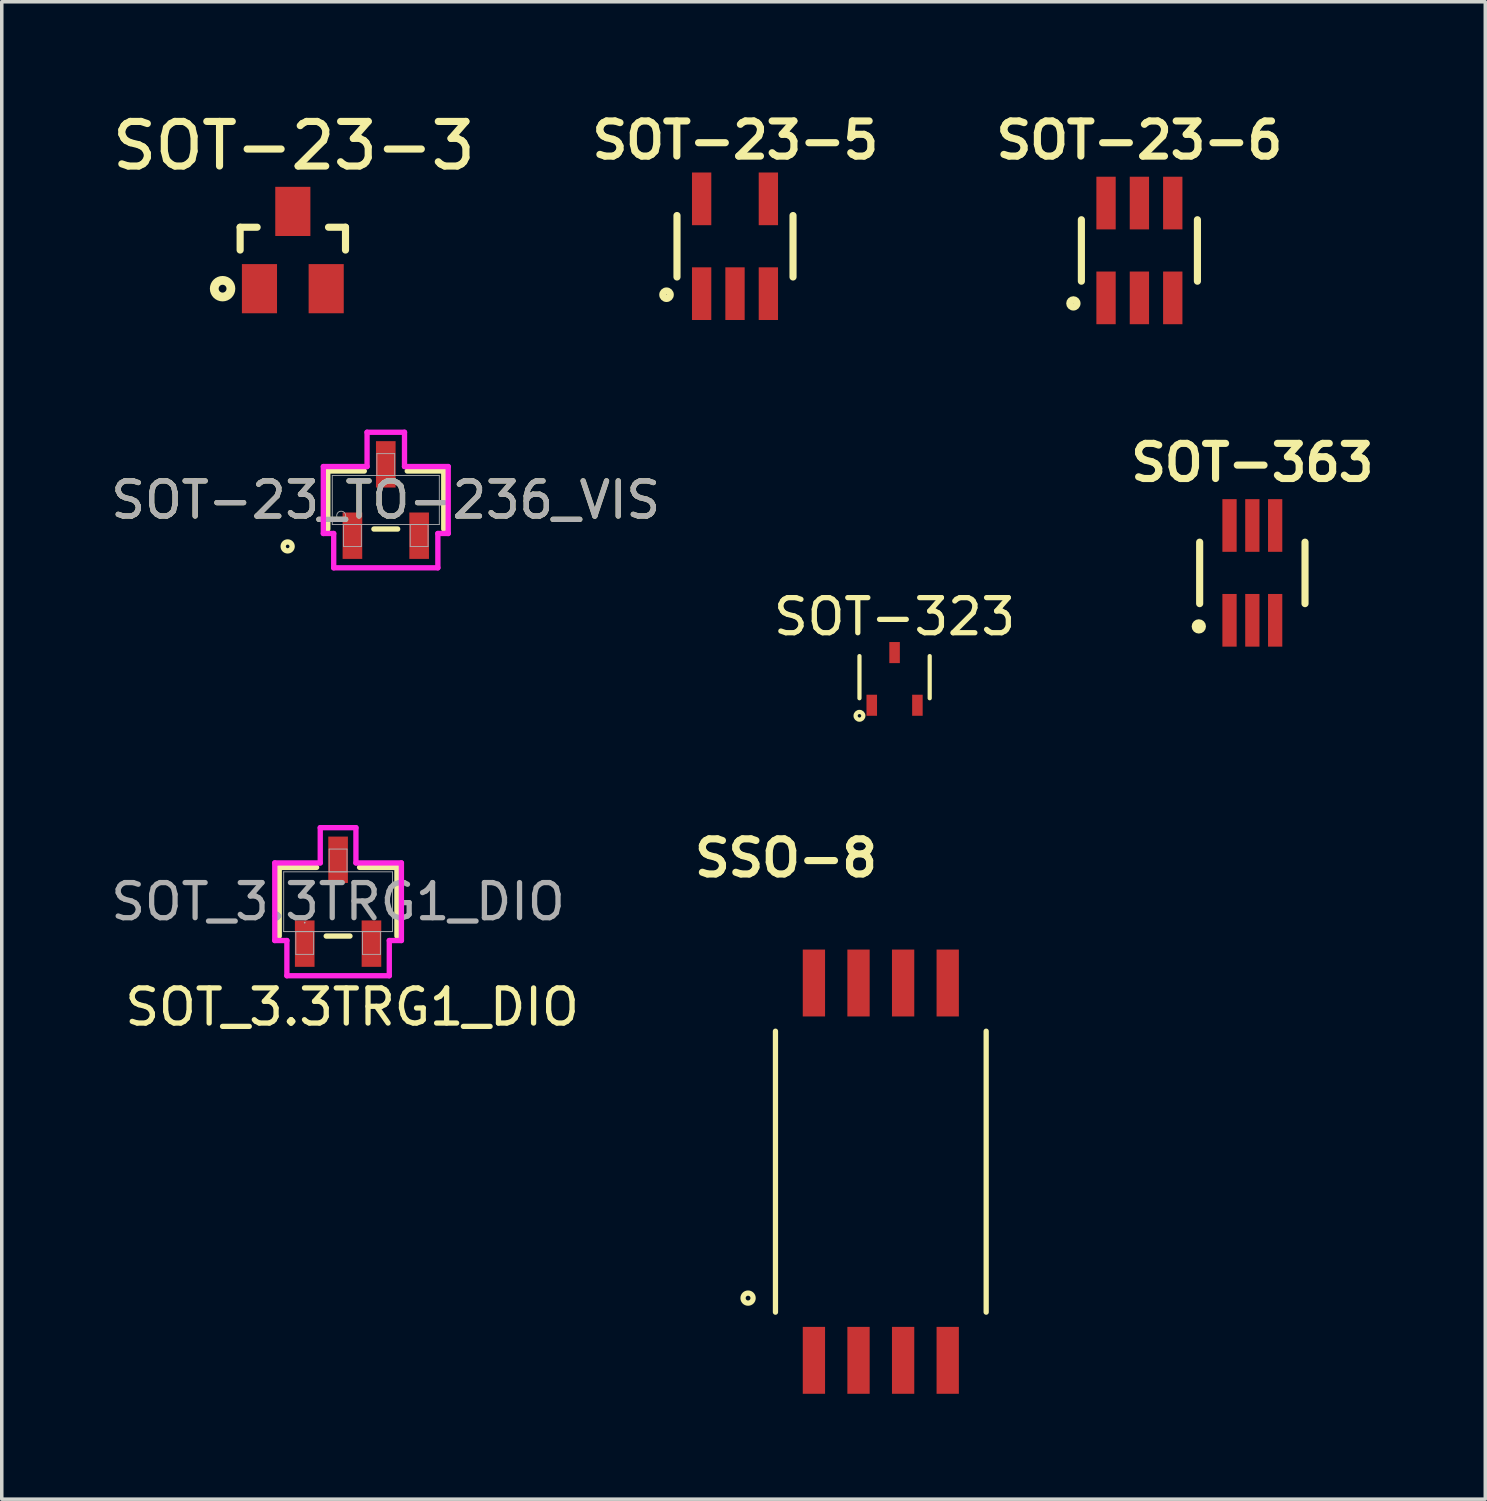
<source format=kicad_pcb>
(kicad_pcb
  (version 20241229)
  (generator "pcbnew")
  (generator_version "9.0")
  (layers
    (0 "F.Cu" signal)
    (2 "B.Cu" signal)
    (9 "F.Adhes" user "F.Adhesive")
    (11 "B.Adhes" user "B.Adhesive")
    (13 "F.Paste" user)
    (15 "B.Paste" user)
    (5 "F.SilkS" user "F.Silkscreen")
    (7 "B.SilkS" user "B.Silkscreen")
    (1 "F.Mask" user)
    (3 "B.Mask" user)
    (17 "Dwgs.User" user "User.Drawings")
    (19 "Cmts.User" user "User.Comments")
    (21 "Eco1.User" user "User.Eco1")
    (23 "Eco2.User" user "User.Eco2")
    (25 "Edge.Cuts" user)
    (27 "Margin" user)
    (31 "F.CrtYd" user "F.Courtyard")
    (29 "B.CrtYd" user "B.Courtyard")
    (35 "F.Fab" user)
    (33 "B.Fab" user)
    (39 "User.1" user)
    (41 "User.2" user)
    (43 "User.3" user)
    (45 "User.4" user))
  (footprint "SOT-23-3"
    (layer "F.Cu")
    (at 5.288 4.07)
    (property "Reference" "SOT-23-3" (at 0.03 -2.97 0) (layer "F.SilkS") (effects (font (size 1.27 1.27) (thickness 0.203))))
    (attr smd)
    (fp_line (start -1.5 -0.65) (end -1.5 0) (stroke (width 0.203) (type solid)) (layer "F.SilkS"))
    (fp_line (start -1.016 -0.65) (end -1.5 -0.65) (stroke (width 0.203) (type solid)) (layer "F.SilkS"))
    (fp_line (start 1.016 -0.65) (end 1.5 -0.65) (stroke (width 0.203) (type solid)) (layer "F.SilkS"))
    (fp_line (start 1.5 -0.65) (end 1.5 0) (stroke (width 0.203) (type solid)) (layer "F.SilkS"))
    (fp_circle (center -2 1.1) (end -1.9 1.15) (stroke (width 0.25) (type solid)) (fill no) (layer "F.SilkS"))
    (pad "1" smd rect (at -0.95 1.1) (size 1 1.4) (layers "F.Cu" "F.Mask" "F.Paste"))
    (pad "2" smd rect (at 0.95 1.1) (size 1 1.4) (layers "F.Cu" "F.Mask" "F.Paste"))
    (pad "3" smd rect (at 0 -1.1) (size 1 1.4) (layers "F.Cu" "F.Mask" "F.Paste")))
  (footprint "SSO-8"
    (layer "F.Cu")
    (at 22.031 30.313)
    (property "Reference" "SSO-8" (at -2.7 -8.93 0) (layer "F.SilkS") (effects (font (size 1 1) (thickness 0.203))))
    (attr through_hole)
    (fp_line (start -3 -4) (end -3 4) (stroke (width 0.15) (type solid)) (layer "F.SilkS"))
    (fp_line (start 3 -4) (end 3 4) (stroke (width 0.15) (type solid)) (layer "F.SilkS"))
    (fp_circle (center -3.78 3.6) (end -3.64 3.63) (stroke (width 0.15) (type solid)) (fill no) (layer "F.SilkS"))
    (pad "1" smd rect (at -1.905 5.372) (size 0.635 1.905) (layers "F.Cu" "F.Mask" "F.Paste"))
    (pad "2" smd rect (at -0.635 5.372) (size 0.635 1.905) (layers "F.Cu" "F.Mask" "F.Paste"))
    (pad "3" smd rect (at 0.635 5.372) (size 0.635 1.905) (layers "F.Cu" "F.Mask" "F.Paste"))
    (pad "4" smd rect (at 1.905 5.372) (size 0.635 1.905) (layers "F.Cu" "F.Mask" "F.Paste"))
    (pad "5" smd rect (at 1.905 -5.372) (size 0.635 1.905) (layers "F.Cu" "F.Mask" "F.Paste"))
    (pad "6" smd rect (at 0.635 -5.372) (size 0.635 1.905) (layers "F.Cu" "F.Mask" "F.Paste"))
    (pad "7" smd rect (at -0.635 -5.372) (size 0.635 1.905) (layers "F.Cu" "F.Mask" "F.Paste"))
    (pad "8" smd rect (at -1.905 -5.372) (size 0.635 1.905) (layers "F.Cu" "F.Mask" "F.Paste")))
  (footprint "SOT-363"
    (layer "F.Cu")
    (at 32.61 13.263)
    (property "Reference" "SOT-363" (at 0 -3.14 0) (layer "F.SilkS") (effects (font (size 1 1) (thickness 0.203))))
    (attr smd)
    (fp_line (start -1.5 -0.875) (end -1.5 0.875) (stroke (width 0.203) (type solid)) (layer "F.SilkS"))
    (fp_line (start 1.5 -0.875) (end 1.5 0.875) (stroke (width 0.203) (type solid)) (layer "F.SilkS"))
    (fp_circle (center -1.524 1.524) (end -1.422 1.524) (stroke (width 0.203) (type solid)) (fill no) (layer "F.SilkS"))
    (pad "1" smd rect (at -0.65 1.35) (size 0.406 1.5) (layers "F.Cu" "F.Mask" "F.Paste"))
    (pad "2" smd rect (at 0 1.35) (size 0.406 1.5) (layers "F.Cu" "F.Mask" "F.Paste"))
    (pad "3" smd rect (at 0.65 1.35) (size 0.406 1.5) (layers "F.Cu" "F.Mask" "F.Paste"))
    (pad "4" smd rect (at 0.65 -1.35) (size 0.406 1.5) (layers "F.Cu" "F.Mask" "F.Paste"))
    (pad "5" smd rect (at 0 -1.35) (size 0.406 1.5) (layers "F.Cu" "F.Mask" "F.Paste"))
    (pad "6" smd rect (at -0.65 -1.35) (size 0.406 1.5) (layers "F.Cu" "F.Mask" "F.Paste")))
  (footprint "SOT-323"
    (layer "F.Cu")
    (at 22.423 9.432)
    (property "Reference" "SOT-323" (at 0 5.08 0) (layer "F.SilkS") (effects (font (size 1 1) (thickness 0.15))))
    (attr through_hole)
    (fp_line (start -1 6.2) (end -1 7.4) (stroke (width 0.12) (type solid)) (layer "F.SilkS"))
    (fp_line (start 1 6.2) (end 1 7.4) (stroke (width 0.12) (type solid)) (layer "F.SilkS"))
    (fp_circle (center -1 7.9) (end -1 7.95) (stroke (width 0.12) (type solid)) (fill no) (layer "F.SilkS"))
    (pad "1" smd rect (at -0.65 7.6) (size 0.3 0.6) (layers "F.Cu" "F.Mask" "F.Paste"))
    (pad "2" smd rect (at 0.65 7.6) (size 0.3 0.6) (layers "F.Cu" "F.Mask" "F.Paste"))
    (pad "3" smd rect (at 0 6.1) (size 0.3 0.6) (layers "F.Cu" "F.Mask" "F.Paste")))
  (footprint "SOT-23-5"
    (layer "F.Cu")
    (at 17.879 3.962)
    (property "Reference" "SOT-23-5" (at 0.01 -3.02 0) (layer "F.SilkS") (effects (font (size 1 1) (thickness 0.203))))
    (attr smd)
    (fp_line (start -1.652 -0.875) (end -1.652 0.875) (stroke (width 0.203) (type solid)) (layer "F.SilkS"))
    (fp_line (start 1.652 -0.875) (end 1.652 0.875) (stroke (width 0.203) (type solid)) (layer "F.SilkS"))
    (fp_circle (center -1.95 1.38) (end -1.85 1.34) (stroke (width 0.2) (type solid)) (fill no) (layer "F.SilkS"))
    (pad "1" smd rect (at -0.95 1.35) (size 0.55 1.5) (layers "F.Cu" "F.Mask" "F.Paste"))
    (pad "2" smd rect (at 0 1.35) (size 0.55 1.5) (layers "F.Cu" "F.Mask" "F.Paste"))
    (pad "3" smd rect (at 0.95 1.35) (size 0.55 1.5) (layers "F.Cu" "F.Mask" "F.Paste"))
    (pad "4" smd rect (at 0.95 -1.35) (size 0.55 1.5) (layers "F.Cu" "F.Mask" "F.Paste"))
    (pad "5" smd rect (at -0.95 -1.35) (size 0.55 1.5) (layers "F.Cu" "F.Mask" "F.Paste")))
  (footprint "SOT-23-6"
    (layer "F.Cu")
    (at 29.394 4.082)
    (property "Reference" "SOT-23-6" (at 0 -3.14 0) (layer "F.SilkS") (effects (font (size 1 1) (thickness 0.203))))
    (attr smd)
    (fp_line (start -1.652 -0.875) (end -1.652 0.875) (stroke (width 0.203) (type solid)) (layer "F.SilkS"))
    (fp_line (start 1.652 -0.875) (end 1.652 0.875) (stroke (width 0.203) (type solid)) (layer "F.SilkS"))
    (fp_circle (center -1.88 1.507) (end -1.81 1.43) (stroke (width 0.2) (type solid)) (fill no) (layer "F.SilkS"))
    (pad "1" smd rect (at -0.95 1.35) (size 0.55 1.5) (layers "F.Cu" "F.Mask" "F.Paste"))
    (pad "2" smd rect (at 0 1.35) (size 0.55 1.5) (layers "F.Cu" "F.Mask" "F.Paste"))
    (pad "3" smd rect (at 0.95 1.35) (size 0.55 1.5) (layers "F.Cu" "F.Mask" "F.Paste"))
    (pad "4" smd rect (at 0.95 -1.35) (size 0.55 1.5) (layers "F.Cu" "F.Mask" "F.Paste"))
    (pad "5" smd rect (at 0 -1.35) (size 0.55 1.5) (layers "F.Cu" "F.Mask" "F.Paste"))
    (pad "6" smd rect (at -0.95 -1.35) (size 0.55 1.5) (layers "F.Cu" "F.Mask" "F.Paste")))
  (footprint "SOT_3.3TRG1_DIO"
    (layer "F.Cu")
    (at 6.577 22.626)
    (property "Reference" "SOT_3.3TRG1_DIO" (at 0.4 3 0) (unlocked yes) (layer "F.SilkS") (effects (font (size 1 1) (thickness 0.15))))
    (attr smd)
    (fp_line (start -1.676 -0.978) (end -1.676 0.978) (stroke (width 0.152) (type solid)) (layer "F.SilkS"))
    (fp_line (start -0.612 -0.978) (end -1.676 -0.978) (stroke (width 0.152) (type solid)) (layer "F.SilkS"))
    (fp_line (start -0.338 0.978) (end 0.338 0.978) (stroke (width 0.152) (type solid)) (layer "F.SilkS"))
    (fp_line (start 1.676 -0.978) (end 0.612 -0.978) (stroke (width 0.152) (type solid)) (layer "F.SilkS"))
    (fp_line (start 1.676 0.978) (end 1.676 -0.978) (stroke (width 0.152) (type solid)) (layer "F.SilkS"))
    (fp_line (start -1.803 -1.105) (end -0.508 -1.105) (stroke (width 0.152) (type solid)) (layer "F.CrtYd"))
    (fp_line (start -1.803 1.105) (end -1.803 -1.105) (stroke (width 0.152) (type solid)) (layer "F.CrtYd"))
    (fp_line (start -1.803 1.105) (end -1.458 1.105) (stroke (width 0.152) (type solid)) (layer "F.CrtYd"))
    (fp_line (start -1.458 1.105) (end -1.458 2.108) (stroke (width 0.152) (type solid)) (layer "F.CrtYd"))
    (fp_line (start -1.458 2.108) (end 1.458 2.108) (stroke (width 0.152) (type solid)) (layer "F.CrtYd"))
    (fp_line (start -0.508 -2.108) (end 0.508 -2.108) (stroke (width 0.152) (type solid)) (layer "F.CrtYd"))
    (fp_line (start -0.508 -1.105) (end -0.508 -2.108) (stroke (width 0.152) (type solid)) (layer "F.CrtYd"))
    (fp_line (start 0.508 -1.105) (end 0.508 -2.108) (stroke (width 0.152) (type solid)) (layer "F.CrtYd"))
    (fp_line (start 1.458 1.105) (end 1.458 2.108) (stroke (width 0.152) (type solid)) (layer "F.CrtYd"))
    (fp_line (start 1.803 -1.105) (end 0.508 -1.105) (stroke (width 0.152) (type solid)) (layer "F.CrtYd"))
    (fp_line (start 1.803 -1.105) (end 1.803 1.105) (stroke (width 0.152) (type solid)) (layer "F.CrtYd"))
    (fp_line (start 1.803 1.105) (end 1.458 1.105) (stroke (width 0.152) (type solid)) (layer "F.CrtYd"))
    (fp_line (start -1.549 -0.851) (end -1.549 0.851) (stroke (width 0.025) (type solid)) (layer "F.Fab"))
    (fp_line (start -1.549 0.851) (end 1.549 0.851) (stroke (width 0.025) (type solid)) (layer "F.Fab"))
    (fp_line (start -1.204 0.851) (end -1.204 1.499) (stroke (width 0.025) (type solid)) (layer "F.Fab"))
    (fp_line (start -1.204 1.499) (end -0.696 1.499) (stroke (width 0.025) (type solid)) (layer "F.Fab"))
    (fp_line (start -0.696 0.851) (end -1.204 0.851) (stroke (width 0.025) (type solid)) (layer "F.Fab"))
    (fp_line (start -0.696 1.499) (end -0.696 0.851) (stroke (width 0.025) (type solid)) (layer "F.Fab"))
    (fp_line (start -0.254 -1.499) (end -0.254 -0.851) (stroke (width 0.025) (type solid)) (layer "F.Fab"))
    (fp_line (start -0.254 -0.851) (end 0.254 -0.851) (stroke (width 0.025) (type solid)) (layer "F.Fab"))
    (fp_line (start 0.254 -1.499) (end -0.254 -1.499) (stroke (width 0.025) (type solid)) (layer "F.Fab"))
    (fp_line (start 0.254 -0.851) (end 0.254 -1.499) (stroke (width 0.025) (type solid)) (layer "F.Fab"))
    (fp_line (start 0.696 0.851) (end 0.696 1.499) (stroke (width 0.025) (type solid)) (layer "F.Fab"))
    (fp_line (start 0.696 1.499) (end 1.204 1.499) (stroke (width 0.025) (type solid)) (layer "F.Fab"))
    (fp_line (start 1.204 0.851) (end 0.696 0.851) (stroke (width 0.025) (type solid)) (layer "F.Fab"))
    (fp_line (start 1.204 1.499) (end 1.204 0.851) (stroke (width 0.025) (type solid)) (layer "F.Fab"))
    (fp_line (start 1.549 -0.851) (end -1.549 -0.851) (stroke (width 0.025) (type solid)) (layer "F.Fab"))
    (fp_line (start 1.549 0.851) (end 1.549 -0.851) (stroke (width 0.025) (type solid)) (layer "F.Fab"))
    (fp_circle (center -0.95 0.597) (end -0.95 0.597) (stroke (width 0.025) (type solid)) (fill no) (layer "F.Fab"))
    (fp_text user "${REFERENCE}" (at 0 0 0) (unlocked yes) (layer "F.Fab") (effects (font (size 1 1) (thickness 0.15))))
    (pad "1" smd rect (at -0.95 1.194) (size 0.559 1.321) (layers "F.Cu" "F.Mask" "F.Paste"))
    (pad "2" smd rect (at 0.95 1.194) (size 0.559 1.321) (layers "F.Cu" "F.Mask" "F.Paste"))
    (pad "3" smd rect (at 0 -1.194) (size 0.559 1.321) (layers "F.Cu" "F.Mask" "F.Paste")))
  (footprint "SOT-23_TO-236_VIS"
    (layer "F.Cu")
    (at 7.935 11.188)
    (property "Reference" "SOT-23_TO-236_VIS" (at 0 0 0) (unlocked yes) (layer "F.SilkS") (effects (font (size 1 1) (thickness 0.15))))
    (attr smd)
    (fp_line (start -1.651 -0.826) (end -1.651 0.826) (stroke (width 0.152) (type solid)) (layer "F.SilkS"))
    (fp_line (start -0.612 -0.826) (end -1.651 -0.826) (stroke (width 0.152) (type solid)) (layer "F.SilkS"))
    (fp_line (start -0.338 0.826) (end 0.338 0.826) (stroke (width 0.152) (type solid)) (layer "F.SilkS"))
    (fp_line (start 1.651 -0.826) (end 0.612 -0.826) (stroke (width 0.152) (type solid)) (layer "F.SilkS"))
    (fp_line (start 1.651 0.826) (end 1.651 -0.826) (stroke (width 0.152) (type solid)) (layer "F.SilkS"))
    (fp_circle (center -2.794 1.321) (end -2.667 1.321) (stroke (width 0.152) (type solid)) (fill no) (layer "F.SilkS"))
    (fp_line (start -1.778 -0.953) (end -0.533 -0.953) (stroke (width 0.152) (type solid)) (layer "F.CrtYd"))
    (fp_line (start -1.778 0.953) (end -1.778 -0.953) (stroke (width 0.152) (type solid)) (layer "F.CrtYd"))
    (fp_line (start -1.778 0.953) (end -1.483 0.953) (stroke (width 0.152) (type solid)) (layer "F.CrtYd"))
    (fp_line (start -1.483 0.953) (end -1.483 1.93) (stroke (width 0.152) (type solid)) (layer "F.CrtYd"))
    (fp_line (start -1.483 1.93) (end 1.483 1.93) (stroke (width 0.152) (type solid)) (layer "F.CrtYd"))
    (fp_line (start -0.533 -1.93) (end 0.533 -1.93) (stroke (width 0.152) (type solid)) (layer "F.CrtYd"))
    (fp_line (start -0.533 -0.953) (end -0.533 -1.93) (stroke (width 0.152) (type solid)) (layer "F.CrtYd"))
    (fp_line (start 0.533 -0.953) (end 0.533 -1.93) (stroke (width 0.152) (type solid)) (layer "F.CrtYd"))
    (fp_line (start 1.483 0.953) (end 1.483 1.93) (stroke (width 0.152) (type solid)) (layer "F.CrtYd"))
    (fp_line (start 1.778 -0.953) (end 0.533 -0.953) (stroke (width 0.152) (type solid)) (layer "F.CrtYd"))
    (fp_line (start 1.778 -0.953) (end 1.778 0.953) (stroke (width 0.152) (type solid)) (layer "F.CrtYd"))
    (fp_line (start 1.778 0.953) (end 1.483 0.953) (stroke (width 0.152) (type solid)) (layer "F.CrtYd"))
    (fp_line (start -1.524 -0.699) (end -1.524 0.699) (stroke (width 0.025) (type solid)) (layer "F.Fab"))
    (fp_line (start -1.524 0.699) (end 1.524 0.699) (stroke (width 0.025) (type solid)) (layer "F.Fab"))
    (fp_line (start -1.204 0.699) (end -1.204 1.321) (stroke (width 0.025) (type solid)) (layer "F.Fab"))
    (fp_line (start -1.204 1.321) (end -0.696 1.321) (stroke (width 0.025) (type solid)) (layer "F.Fab"))
    (fp_line (start -0.696 0.699) (end -1.204 0.699) (stroke (width 0.025) (type solid)) (layer "F.Fab"))
    (fp_line (start -0.696 1.321) (end -0.696 0.699) (stroke (width 0.025) (type solid)) (layer "F.Fab"))
    (fp_line (start -0.254 -1.321) (end -0.254 -0.699) (stroke (width 0.025) (type solid)) (layer "F.Fab"))
    (fp_line (start -0.254 -0.699) (end 0.254 -0.699) (stroke (width 0.025) (type solid)) (layer "F.Fab"))
    (fp_line (start 0.254 -1.321) (end -0.254 -1.321) (stroke (width 0.025) (type solid)) (layer "F.Fab"))
    (fp_line (start 0.254 -0.699) (end 0.254 -1.321) (stroke (width 0.025) (type solid)) (layer "F.Fab"))
    (fp_line (start 0.696 0.699) (end 0.696 1.321) (stroke (width 0.025) (type solid)) (layer "F.Fab"))
    (fp_line (start 0.696 1.321) (end 1.204 1.321) (stroke (width 0.025) (type solid)) (layer "F.Fab"))
    (fp_line (start 1.204 0.699) (end 0.696 0.699) (stroke (width 0.025) (type solid)) (layer "F.Fab"))
    (fp_line (start 1.204 1.321) (end 1.204 0.699) (stroke (width 0.025) (type solid)) (layer "F.Fab"))
    (fp_line (start 1.524 -0.699) (end -1.524 -0.699) (stroke (width 0.025) (type solid)) (layer "F.Fab"))
    (fp_line (start 1.524 0.699) (end 1.524 -0.699) (stroke (width 0.025) (type solid)) (layer "F.Fab"))
    (fp_circle (center -1.27 0.445) (end -1.143 0.445) (stroke (width 0.025) (type solid)) (fill no) (layer "F.Fab"))
    (fp_text user "${REFERENCE}" (at 0 0 0) (unlocked yes) (layer "F.Fab") (effects (font (size 1 1) (thickness 0.15))))
    (pad "1" smd rect (at -0.95 1.016) (size 0.559 1.321) (layers "F.Cu" "F.Mask" "F.Paste"))
    (pad "2" smd rect (at 0.95 1.016) (size 0.559 1.321) (layers "F.Cu" "F.Mask" "F.Paste"))
    (pad "3" smd rect (at 0 -1.016) (size 0.559 1.321) (layers "F.Cu" "F.Mask" "F.Paste")))
  (gr_rect
    (start -3 -3)
    (end 39.243 39.638)
    (stroke (width 0.1) (type default))
    (fill no)
    (layer "Edge.Cuts")))
</source>
